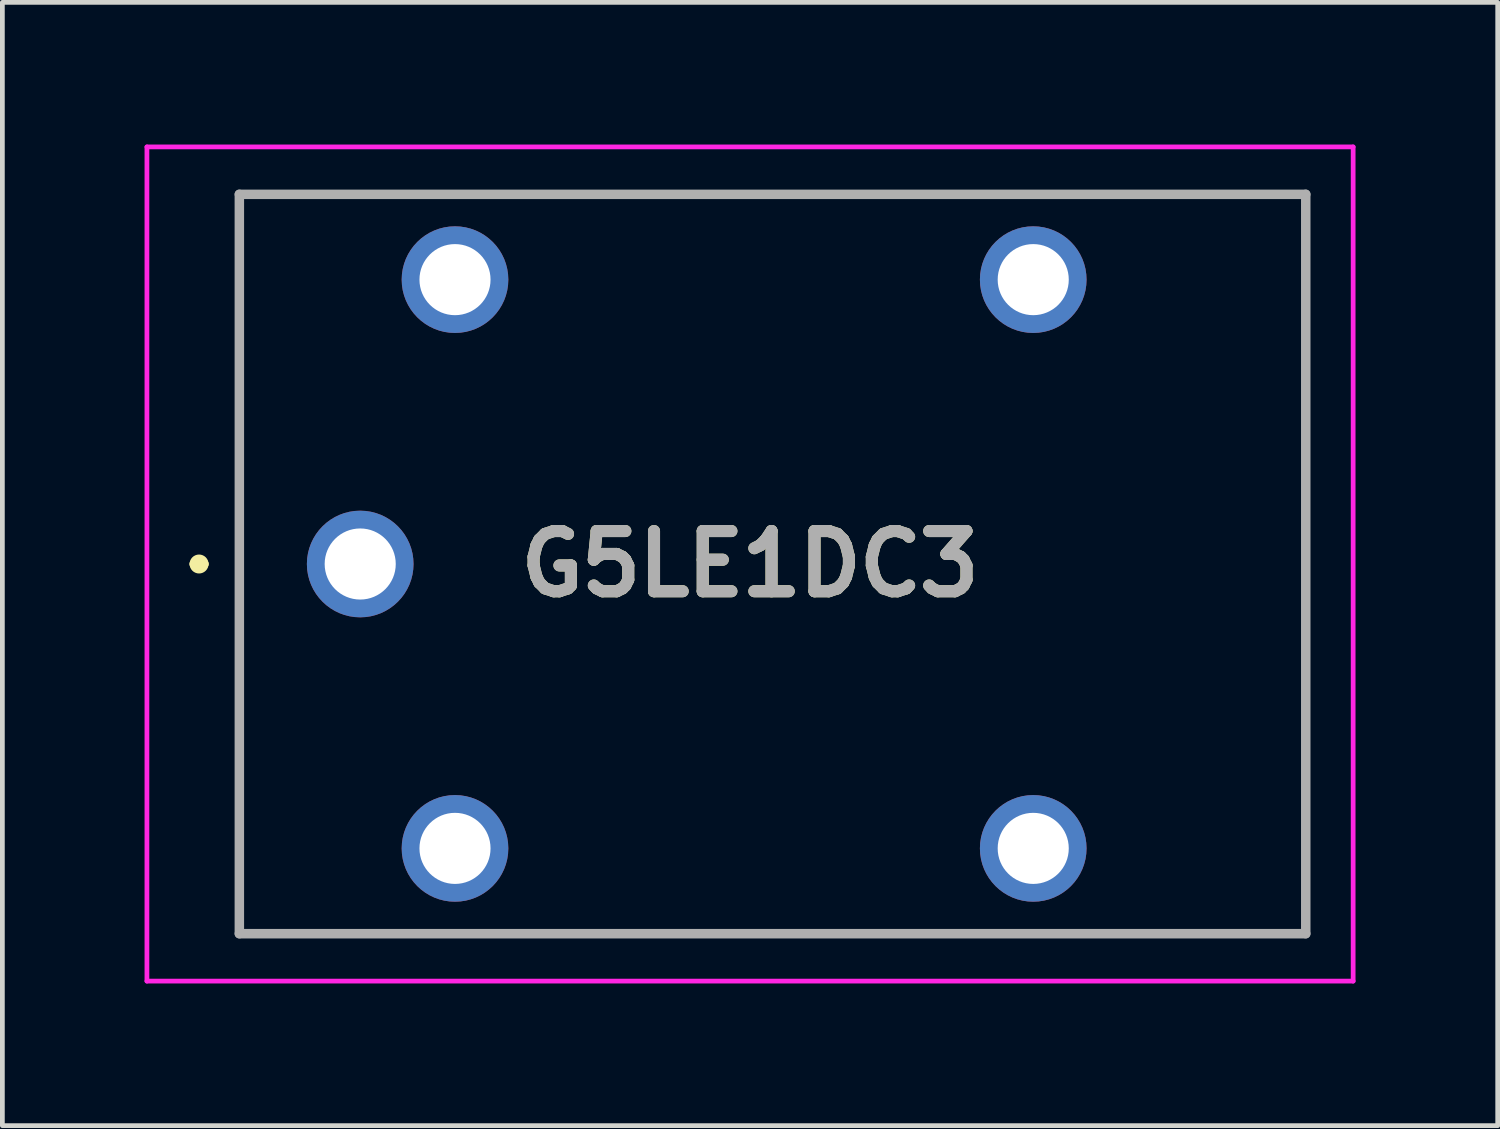
<source format=kicad_pcb>
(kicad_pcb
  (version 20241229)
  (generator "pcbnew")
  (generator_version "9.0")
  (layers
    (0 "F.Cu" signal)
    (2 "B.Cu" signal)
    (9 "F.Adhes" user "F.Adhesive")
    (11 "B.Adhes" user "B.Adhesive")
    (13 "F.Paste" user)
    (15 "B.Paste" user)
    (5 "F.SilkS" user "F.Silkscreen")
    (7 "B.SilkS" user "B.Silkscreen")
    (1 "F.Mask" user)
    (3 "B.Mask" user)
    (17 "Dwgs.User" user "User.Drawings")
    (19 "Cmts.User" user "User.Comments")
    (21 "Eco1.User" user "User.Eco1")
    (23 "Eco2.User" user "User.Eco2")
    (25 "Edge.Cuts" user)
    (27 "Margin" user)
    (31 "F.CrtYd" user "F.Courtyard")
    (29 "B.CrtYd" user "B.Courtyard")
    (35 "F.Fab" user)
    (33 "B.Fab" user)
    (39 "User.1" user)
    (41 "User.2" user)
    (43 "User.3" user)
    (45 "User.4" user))
  (footprint "G5LE1DC3"
    (layer "F.Cu")
    (at 4.55 8.85)
    (property "Reference" "G5LE1DC3" (at 8.225 0 0) (layer "F.SilkS") (effects (font (size 1.27 1.27) (thickness 0.254))))
    (attr through_hole)
    (fp_line (start -3.5 0) (end -3.5 0) (stroke (width 0.2) (type solid)) (layer "F.SilkS"))
    (fp_line (start -3.3 0) (end -3.3 0) (stroke (width 0.2) (type solid)) (layer "F.SilkS"))
    (fp_line (start -2.55 -7.8) (end -2.55 7.8) (stroke (width 0.1) (type solid)) (layer "F.SilkS"))
    (fp_line (start -2.55 7.8) (end 19.95 7.8) (stroke (width 0.1) (type solid)) (layer "F.SilkS"))
    (fp_line (start 19.95 -7.8) (end -2.55 -7.8) (stroke (width 0.1) (type solid)) (layer "F.SilkS"))
    (fp_line (start 19.95 7.8) (end 19.95 -7.8) (stroke (width 0.1) (type solid)) (layer "F.SilkS"))
    (fp_arc (start -3.5 0) (mid -3.4 -0.1) (end -3.3 0) (stroke (width 0.2) (type solid)) (layer "F.SilkS"))
    (fp_arc (start -3.3 0) (mid -3.4 0.1) (end -3.5 0) (stroke (width 0.2) (type solid)) (layer "F.SilkS"))
    (fp_line (start -4.5 -8.8) (end -4.5 8.8) (stroke (width 0.1) (type solid)) (layer "F.CrtYd"))
    (fp_line (start -4.5 8.8) (end 20.95 8.8) (stroke (width 0.1) (type solid)) (layer "F.CrtYd"))
    (fp_line (start 20.95 -8.8) (end -4.5 -8.8) (stroke (width 0.1) (type solid)) (layer "F.CrtYd"))
    (fp_line (start 20.95 8.8) (end 20.95 -8.8) (stroke (width 0.1) (type solid)) (layer "F.CrtYd"))
    (fp_line (start -2.55 -7.8) (end -2.55 7.8) (stroke (width 0.2) (type solid)) (layer "F.Fab"))
    (fp_line (start -2.55 7.8) (end 19.95 7.8) (stroke (width 0.2) (type solid)) (layer "F.Fab"))
    (fp_line (start 19.95 -7.8) (end -2.55 -7.8) (stroke (width 0.2) (type solid)) (layer "F.Fab"))
    (fp_line (start 19.95 7.8) (end 19.95 -7.8) (stroke (width 0.2) (type solid)) (layer "F.Fab"))
    (fp_text user "${REFERENCE}" (at 8.225 0 0) (layer "F.Fab") (effects (font (size 1.27 1.27) (thickness 0.254))))
    (pad "1" thru_hole circle (at 0 0) (size 2.25 2.25) (drill 1.5) (layers "*.Cu" "*.Mask"))
    (pad "2" thru_hole circle (at 2 6) (size 2.25 2.25) (drill 1.5) (layers "*.Cu" "*.Mask"))
    (pad "3" thru_hole circle (at 14.2 6) (size 2.25 2.25) (drill 1.5) (layers "*.Cu" "*.Mask"))
    (pad "4" thru_hole circle (at 14.2 -6) (size 2.25 2.25) (drill 1.5) (layers "*.Cu" "*.Mask"))
    (pad "5" thru_hole circle (at 2 -6) (size 2.25 2.25) (drill 1.5) (layers "*.Cu" "*.Mask")))
  (gr_rect
    (start -3 -3)
    (end 28.55 20.7)
    (stroke (width 0.1) (type default))
    (fill no)
    (layer "Edge.Cuts")))
</source>
